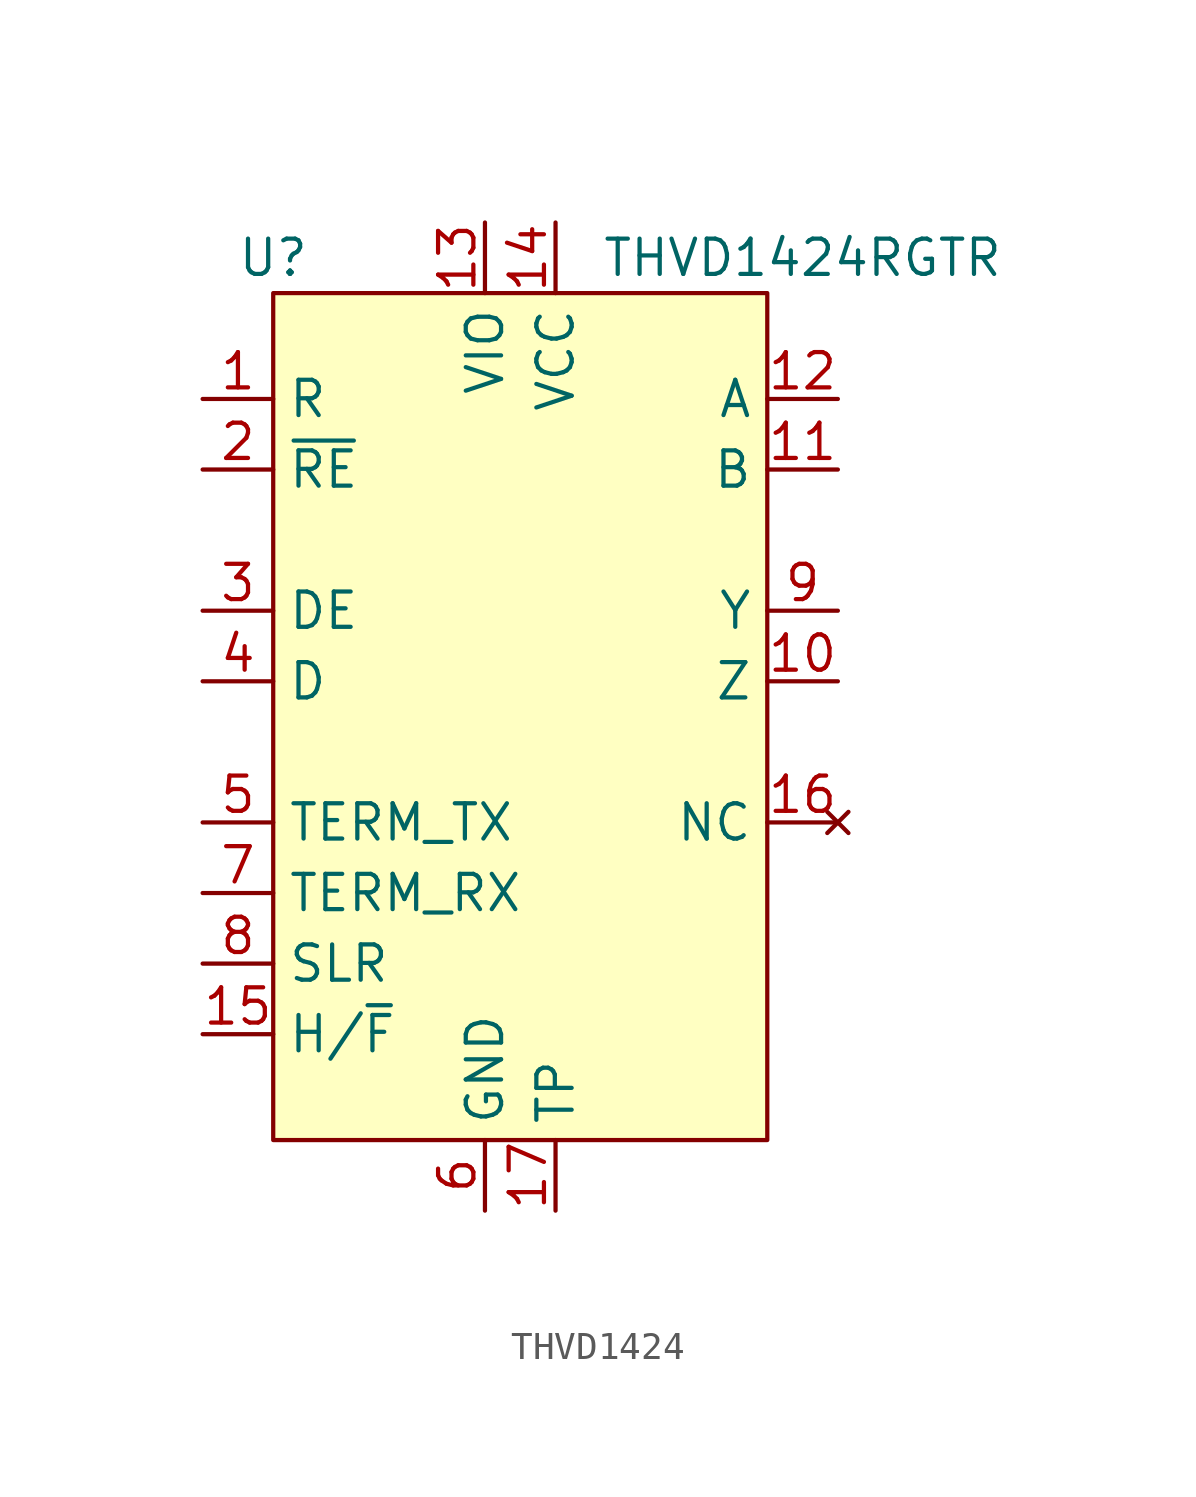
<source format=kicad_sym>
(kicad_symbol_lib
  (version 20220914)
  (generator kicad_symbol_editor)
  (symbol "THVD1424"
    (property "Reference" "U"
      (at -8.89 15.24 0)
      (effects (font (size 1.27 1.27))))
    (property "Value" "THVD1424RGTR"
      (at 10.16 15.24 0)
      (effects (font (size 1.27 1.27))))
    (symbol "THVD1424_1_1"
      (rectangle (start -8.89 13.97) (end 8.89 -16.51) (stroke (width 0) (type default)) (fill (type background)))
      (pin output line (at -11.43 10.16 0) (length 2.54) (name "R" (effects (font (size 1.27 1.27)))) (number "1" (effects (font (size 1.27 1.27)))))
      (pin bidirectional line (at 11.43 0 180) (length 2.54) (name "Z" (effects (font (size 1.27 1.27)))) (number "10" (effects (font (size 1.27 1.27)))))
      (pin input line (at 11.43 7.62 180) (length 2.54) (name "B" (effects (font (size 1.27 1.27)))) (number "11" (effects (font (size 1.27 1.27)))))
      (pin input line (at 11.43 10.16 180) (length 2.54) (name "A" (effects (font (size 1.27 1.27)))) (number "12" (effects (font (size 1.27 1.27)))))
      (pin power_in line (at -1.27 16.51 270) (length 2.54) (name "VIO" (effects (font (size 1.27 1.27)))) (number "13" (effects (font (size 1.27 1.27)))))
      (pin power_in line (at 1.27 16.51 270) (length 2.54) (name "VCC" (effects (font (size 1.27 1.27)))) (number "14" (effects (font (size 1.27 1.27)))))
      (pin input line (at -11.43 -12.7 0) (length 2.54) (name "H/~{F}" (effects (font (size 1.27 1.27)))) (number "15" (effects (font (size 1.27 1.27)))))
      (pin no_connect line (at 11.43 -5.08 180) (length 2.54) (name "NC" (effects (font (size 1.27 1.27)))) (number "16" (effects (font (size 1.27 1.27)))))
      (pin passive line (at 1.27 -19.05 90) (length 2.54) (name "TP" (effects (font (size 1.27 1.27)))) (number "17" (effects (font (size 1.27 1.27)))))
      (pin input line (at -11.43 7.62 0) (length 2.54) (name "~{RE}" (effects (font (size 1.27 1.27)))) (number "2" (effects (font (size 1.27 1.27)))))
      (pin input line (at -11.43 2.54 0) (length 2.54) (name "DE" (effects (font (size 1.27 1.27)))) (number "3" (effects (font (size 1.27 1.27)))))
      (pin input line (at -11.43 0 0) (length 2.54) (name "D" (effects (font (size 1.27 1.27)))) (number "4" (effects (font (size 1.27 1.27)))))
      (pin input line (at -11.43 -5.08 0) (length 2.54) (name "TERM_TX" (effects (font (size 1.27 1.27)))) (number "5" (effects (font (size 1.27 1.27)))))
      (pin power_in line (at -1.27 -19.05 90) (length 2.54) (name "GND" (effects (font (size 1.27 1.27)))) (number "6" (effects (font (size 1.27 1.27)))))
      (pin input line (at -11.43 -7.62 0) (length 2.54) (name "TERM_RX" (effects (font (size 1.27 1.27)))) (number "7" (effects (font (size 1.27 1.27)))))
      (pin input line (at -11.43 -10.16 0) (length 2.54) (name "SLR" (effects (font (size 1.27 1.27)))) (number "8" (effects (font (size 1.27 1.27)))))
      (pin bidirectional line (at 11.43 2.54 180) (length 2.54) (name "Y" (effects (font (size 1.27 1.27)))) (number "9" (effects (font (size 1.27 1.27))))))))
</source>
